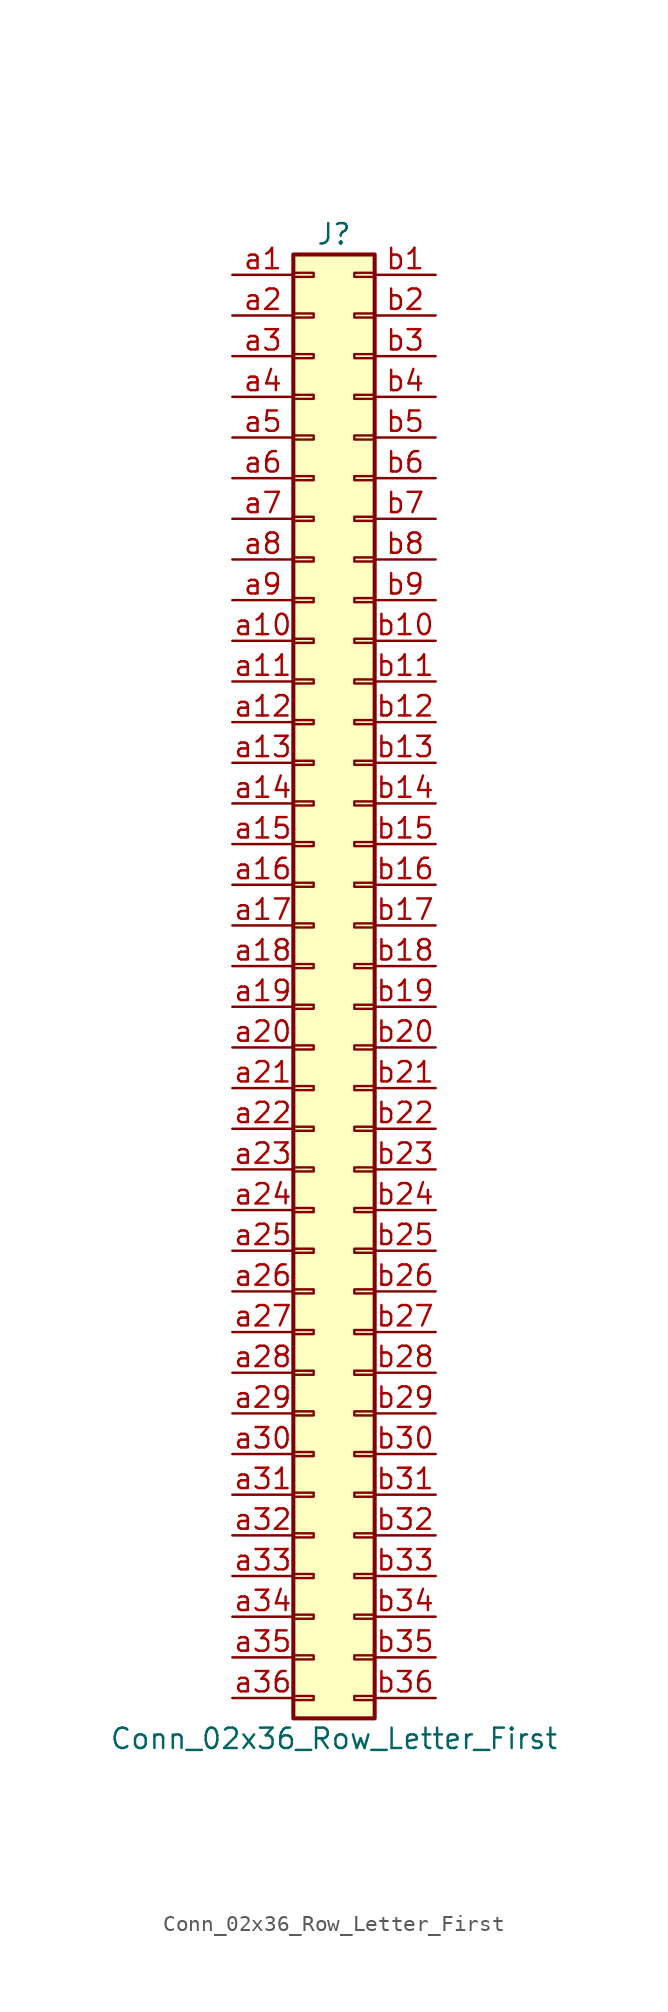
<source format=kicad_sym>
(kicad_symbol_lib
  (version 20201005)
  (generator kicad_symbol_editor)
  (symbol "Connector_Generic:Conn_02x36_Row_Letter_First"
    (pin_names
      (offset 1.016) hide)
    (property "Reference" "J"
      (at 1.27 45.72 0)
      (effects (font (size 1.27 1.27))))
    (property "Value" "Conn_02x36_Row_Letter_First"
      (at 1.27 -48.26 0)
      (effects (font (size 1.27 1.27))))
    (symbol "Conn_02x36_Row_Letter_First_1_1"
      (rectangle (start -1.27 -27.813) (end 0 -28.067) (stroke (width 0.152)) (fill (type none)))
      (rectangle (start -1.27 -30.353) (end 0 -30.607) (stroke (width 0.152)) (fill (type none)))
      (rectangle (start -1.27 -32.893) (end 0 -33.147) (stroke (width 0.152)) (fill (type none)))
      (rectangle (start -1.27 -35.433) (end 0 -35.687) (stroke (width 0.152)) (fill (type none)))
      (rectangle (start -1.27 -37.973) (end 0 -38.227) (stroke (width 0.152)) (fill (type none)))
      (rectangle (start -1.27 -40.513) (end 0 -40.767) (stroke (width 0.152)) (fill (type none)))
      (rectangle (start -1.27 -43.053) (end 0 -43.307) (stroke (width 0.152)) (fill (type none)))
      (rectangle (start -1.27 -45.593) (end 0 -45.847) (stroke (width 0.152)) (fill (type none)))
      (rectangle (start -1.27 -4.953) (end 0 -5.207) (stroke (width 0.152)) (fill (type none)))
      (rectangle (start -1.27 -7.493) (end 0 -7.747) (stroke (width 0.152)) (fill (type none)))
      (rectangle (start -1.27 -10.033) (end 0 -10.287) (stroke (width 0.152)) (fill (type none)))
      (rectangle (start -1.27 -12.573) (end 0 -12.827) (stroke (width 0.152)) (fill (type none)))
      (rectangle (start -1.27 -15.113) (end 0 -15.367) (stroke (width 0.152)) (fill (type none)))
      (rectangle (start -1.27 -17.653) (end 0 -17.907) (stroke (width 0.152)) (fill (type none)))
      (rectangle (start -1.27 -20.193) (end 0 -20.447) (stroke (width 0.152)) (fill (type none)))
      (rectangle (start -1.27 -22.733) (end 0 -22.987) (stroke (width 0.152)) (fill (type none)))
      (rectangle (start -1.27 -2.413) (end 0 -2.667) (stroke (width 0.152)) (fill (type none)))
      (rectangle (start -1.27 -25.273) (end 0 -25.527) (stroke (width 0.152)) (fill (type none)))
      (rectangle (start -1.27 25.527) (end 0 25.273) (stroke (width 0.152)) (fill (type none)))
      (rectangle (start -1.27 2.667) (end 0 2.413) (stroke (width 0.152)) (fill (type none)))
      (rectangle (start -1.27 28.067) (end 0 27.813) (stroke (width 0.152)) (fill (type none)))
      (rectangle (start -1.27 30.607) (end 0 30.353) (stroke (width 0.152)) (fill (type none)))
      (rectangle (start -1.27 33.147) (end 0 32.893) (stroke (width 0.152)) (fill (type none)))
      (rectangle (start -1.27 35.687) (end 0 35.433) (stroke (width 0.152)) (fill (type none)))
      (rectangle (start -1.27 38.227) (end 0 37.973) (stroke (width 0.152)) (fill (type none)))
      (rectangle (start -1.27 40.767) (end 0 40.513) (stroke (width 0.152)) (fill (type none)))
      (rectangle (start -1.27 43.307) (end 0 43.053) (stroke (width 0.152)) (fill (type none)))
      (rectangle (start -1.27 44.45) (end 3.81 -46.99) (stroke (width 0.254)) (fill (type background)))
      (rectangle (start -1.27 5.207) (end 0 4.953) (stroke (width 0.152)) (fill (type none)))
      (rectangle (start -1.27 7.747) (end 0 7.493) (stroke (width 0.152)) (fill (type none)))
      (rectangle (start -1.27 10.287) (end 0 10.033) (stroke (width 0.152)) (fill (type none)))
      (rectangle (start -1.27 0.127) (end 0 -0.127) (stroke (width 0.152)) (fill (type none)))
      (rectangle (start -1.27 12.827) (end 0 12.573) (stroke (width 0.152)) (fill (type none)))
      (rectangle (start -1.27 15.367) (end 0 15.113) (stroke (width 0.152)) (fill (type none)))
      (rectangle (start -1.27 17.907) (end 0 17.653) (stroke (width 0.152)) (fill (type none)))
      (rectangle (start -1.27 20.447) (end 0 20.193) (stroke (width 0.152)) (fill (type none)))
      (rectangle (start -1.27 22.987) (end 0 22.733) (stroke (width 0.152)) (fill (type none)))
      (rectangle (start 3.81 -27.813) (end 2.54 -28.067) (stroke (width 0.152)) (fill (type none)))
      (rectangle (start 3.81 -30.353) (end 2.54 -30.607) (stroke (width 0.152)) (fill (type none)))
      (rectangle (start 3.81 -32.893) (end 2.54 -33.147) (stroke (width 0.152)) (fill (type none)))
      (rectangle (start 3.81 -35.433) (end 2.54 -35.687) (stroke (width 0.152)) (fill (type none)))
      (rectangle (start 3.81 -37.973) (end 2.54 -38.227) (stroke (width 0.152)) (fill (type none)))
      (rectangle (start 3.81 -40.513) (end 2.54 -40.767) (stroke (width 0.152)) (fill (type none)))
      (rectangle (start 3.81 -43.053) (end 2.54 -43.307) (stroke (width 0.152)) (fill (type none)))
      (rectangle (start 3.81 -45.593) (end 2.54 -45.847) (stroke (width 0.152)) (fill (type none)))
      (rectangle (start 3.81 -4.953) (end 2.54 -5.207) (stroke (width 0.152)) (fill (type none)))
      (rectangle (start 3.81 -7.493) (end 2.54 -7.747) (stroke (width 0.152)) (fill (type none)))
      (rectangle (start 3.81 -10.033) (end 2.54 -10.287) (stroke (width 0.152)) (fill (type none)))
      (rectangle (start 3.81 -12.573) (end 2.54 -12.827) (stroke (width 0.152)) (fill (type none)))
      (rectangle (start 3.81 -15.113) (end 2.54 -15.367) (stroke (width 0.152)) (fill (type none)))
      (rectangle (start 3.81 -17.653) (end 2.54 -17.907) (stroke (width 0.152)) (fill (type none)))
      (rectangle (start 3.81 -20.193) (end 2.54 -20.447) (stroke (width 0.152)) (fill (type none)))
      (rectangle (start 3.81 -22.733) (end 2.54 -22.987) (stroke (width 0.152)) (fill (type none)))
      (rectangle (start 3.81 -2.413) (end 2.54 -2.667) (stroke (width 0.152)) (fill (type none)))
      (rectangle (start 3.81 -25.273) (end 2.54 -25.527) (stroke (width 0.152)) (fill (type none)))
      (rectangle (start 3.81 25.527) (end 2.54 25.273) (stroke (width 0.152)) (fill (type none)))
      (rectangle (start 3.81 2.667) (end 2.54 2.413) (stroke (width 0.152)) (fill (type none)))
      (rectangle (start 3.81 28.067) (end 2.54 27.813) (stroke (width 0.152)) (fill (type none)))
      (rectangle (start 3.81 30.607) (end 2.54 30.353) (stroke (width 0.152)) (fill (type none)))
      (rectangle (start 3.81 33.147) (end 2.54 32.893) (stroke (width 0.152)) (fill (type none)))
      (rectangle (start 3.81 35.687) (end 2.54 35.433) (stroke (width 0.152)) (fill (type none)))
      (rectangle (start 3.81 38.227) (end 2.54 37.973) (stroke (width 0.152)) (fill (type none)))
      (rectangle (start 3.81 40.767) (end 2.54 40.513) (stroke (width 0.152)) (fill (type none)))
      (rectangle (start 3.81 43.307) (end 2.54 43.053) (stroke (width 0.152)) (fill (type none)))
      (rectangle (start 3.81 5.207) (end 2.54 4.953) (stroke (width 0.152)) (fill (type none)))
      (rectangle (start 3.81 7.747) (end 2.54 7.493) (stroke (width 0.152)) (fill (type none)))
      (rectangle (start 3.81 10.287) (end 2.54 10.033) (stroke (width 0.152)) (fill (type none)))
      (rectangle (start 3.81 0.127) (end 2.54 -0.127) (stroke (width 0.152)) (fill (type none)))
      (rectangle (start 3.81 12.827) (end 2.54 12.573) (stroke (width 0.152)) (fill (type none)))
      (rectangle (start 3.81 15.367) (end 2.54 15.113) (stroke (width 0.152)) (fill (type none)))
      (rectangle (start 3.81 17.907) (end 2.54 17.653) (stroke (width 0.152)) (fill (type none)))
      (rectangle (start 3.81 20.447) (end 2.54 20.193) (stroke (width 0.152)) (fill (type none)))
      (rectangle (start 3.81 22.987) (end 2.54 22.733) (stroke (width 0.152)) (fill (type none)))
      (pin passive line (at -5.08 43.18 0) (length 3.81) (name "Pin_a1" (effects (font (size 1.27 1.27)))) (number "a1" (effects (font (size 1.27 1.27)))))
      (pin passive line (at -5.08 20.32 0) (length 3.81) (name "Pin_a10" (effects (font (size 1.27 1.27)))) (number "a10" (effects (font (size 1.27 1.27)))))
      (pin passive line (at -5.08 17.78 0) (length 3.81) (name "Pin_a11" (effects (font (size 1.27 1.27)))) (number "a11" (effects (font (size 1.27 1.27)))))
      (pin passive line (at -5.08 15.24 0) (length 3.81) (name "Pin_a12" (effects (font (size 1.27 1.27)))) (number "a12" (effects (font (size 1.27 1.27)))))
      (pin passive line (at -5.08 12.7 0) (length 3.81) (name "Pin_a13" (effects (font (size 1.27 1.27)))) (number "a13" (effects (font (size 1.27 1.27)))))
      (pin passive line (at -5.08 10.16 0) (length 3.81) (name "Pin_a14" (effects (font (size 1.27 1.27)))) (number "a14" (effects (font (size 1.27 1.27)))))
      (pin passive line (at -5.08 7.62 0) (length 3.81) (name "Pin_a15" (effects (font (size 1.27 1.27)))) (number "a15" (effects (font (size 1.27 1.27)))))
      (pin passive line (at -5.08 5.08 0) (length 3.81) (name "Pin_a16" (effects (font (size 1.27 1.27)))) (number "a16" (effects (font (size 1.27 1.27)))))
      (pin passive line (at -5.08 2.54 0) (length 3.81) (name "Pin_a17" (effects (font (size 1.27 1.27)))) (number "a17" (effects (font (size 1.27 1.27)))))
      (pin passive line (at -5.08 0 0) (length 3.81) (name "Pin_a18" (effects (font (size 1.27 1.27)))) (number "a18" (effects (font (size 1.27 1.27)))))
      (pin passive line (at -5.08 -2.54 0) (length 3.81) (name "Pin_a19" (effects (font (size 1.27 1.27)))) (number "a19" (effects (font (size 1.27 1.27)))))
      (pin passive line (at -5.08 40.64 0) (length 3.81) (name "Pin_a2" (effects (font (size 1.27 1.27)))) (number "a2" (effects (font (size 1.27 1.27)))))
      (pin passive line (at -5.08 -5.08 0) (length 3.81) (name "Pin_a20" (effects (font (size 1.27 1.27)))) (number "a20" (effects (font (size 1.27 1.27)))))
      (pin passive line (at -5.08 -7.62 0) (length 3.81) (name "Pin_a21" (effects (font (size 1.27 1.27)))) (number "a21" (effects (font (size 1.27 1.27)))))
      (pin passive line (at -5.08 -10.16 0) (length 3.81) (name "Pin_a22" (effects (font (size 1.27 1.27)))) (number "a22" (effects (font (size 1.27 1.27)))))
      (pin passive line (at -5.08 -12.7 0) (length 3.81) (name "Pin_a23" (effects (font (size 1.27 1.27)))) (number "a23" (effects (font (size 1.27 1.27)))))
      (pin passive line (at -5.08 -15.24 0) (length 3.81) (name "Pin_a24" (effects (font (size 1.27 1.27)))) (number "a24" (effects (font (size 1.27 1.27)))))
      (pin passive line (at -5.08 -17.78 0) (length 3.81) (name "Pin_a25" (effects (font (size 1.27 1.27)))) (number "a25" (effects (font (size 1.27 1.27)))))
      (pin passive line (at -5.08 -20.32 0) (length 3.81) (name "Pin_a26" (effects (font (size 1.27 1.27)))) (number "a26" (effects (font (size 1.27 1.27)))))
      (pin passive line (at -5.08 -22.86 0) (length 3.81) (name "Pin_a27" (effects (font (size 1.27 1.27)))) (number "a27" (effects (font (size 1.27 1.27)))))
      (pin passive line (at -5.08 -25.4 0) (length 3.81) (name "Pin_a28" (effects (font (size 1.27 1.27)))) (number "a28" (effects (font (size 1.27 1.27)))))
      (pin passive line (at -5.08 -27.94 0) (length 3.81) (name "Pin_a29" (effects (font (size 1.27 1.27)))) (number "a29" (effects (font (size 1.27 1.27)))))
      (pin passive line (at -5.08 38.1 0) (length 3.81) (name "Pin_a3" (effects (font (size 1.27 1.27)))) (number "a3" (effects (font (size 1.27 1.27)))))
      (pin passive line (at -5.08 -30.48 0) (length 3.81) (name "Pin_a30" (effects (font (size 1.27 1.27)))) (number "a30" (effects (font (size 1.27 1.27)))))
      (pin passive line (at -5.08 -33.02 0) (length 3.81) (name "Pin_a31" (effects (font (size 1.27 1.27)))) (number "a31" (effects (font (size 1.27 1.27)))))
      (pin passive line (at -5.08 -35.56 0) (length 3.81) (name "Pin_a32" (effects (font (size 1.27 1.27)))) (number "a32" (effects (font (size 1.27 1.27)))))
      (pin passive line (at -5.08 -38.1 0) (length 3.81) (name "Pin_a33" (effects (font (size 1.27 1.27)))) (number "a33" (effects (font (size 1.27 1.27)))))
      (pin passive line (at -5.08 -40.64 0) (length 3.81) (name "Pin_a34" (effects (font (size 1.27 1.27)))) (number "a34" (effects (font (size 1.27 1.27)))))
      (pin passive line (at -5.08 -43.18 0) (length 3.81) (name "Pin_a35" (effects (font (size 1.27 1.27)))) (number "a35" (effects (font (size 1.27 1.27)))))
      (pin passive line (at -5.08 -45.72 0) (length 3.81) (name "Pin_a36" (effects (font (size 1.27 1.27)))) (number "a36" (effects (font (size 1.27 1.27)))))
      (pin passive line (at -5.08 35.56 0) (length 3.81) (name "Pin_a4" (effects (font (size 1.27 1.27)))) (number "a4" (effects (font (size 1.27 1.27)))))
      (pin passive line (at -5.08 33.02 0) (length 3.81) (name "Pin_a5" (effects (font (size 1.27 1.27)))) (number "a5" (effects (font (size 1.27 1.27)))))
      (pin passive line (at -5.08 30.48 0) (length 3.81) (name "Pin_a6" (effects (font (size 1.27 1.27)))) (number "a6" (effects (font (size 1.27 1.27)))))
      (pin passive line (at -5.08 27.94 0) (length 3.81) (name "Pin_a7" (effects (font (size 1.27 1.27)))) (number "a7" (effects (font (size 1.27 1.27)))))
      (pin passive line (at -5.08 25.4 0) (length 3.81) (name "Pin_a8" (effects (font (size 1.27 1.27)))) (number "a8" (effects (font (size 1.27 1.27)))))
      (pin passive line (at -5.08 22.86 0) (length 3.81) (name "Pin_a9" (effects (font (size 1.27 1.27)))) (number "a9" (effects (font (size 1.27 1.27)))))
      (pin passive line (at 7.62 43.18 180) (length 3.81) (name "Pin_b1" (effects (font (size 1.27 1.27)))) (number "b1" (effects (font (size 1.27 1.27)))))
      (pin passive line (at 7.62 20.32 180) (length 3.81) (name "Pin_b10" (effects (font (size 1.27 1.27)))) (number "b10" (effects (font (size 1.27 1.27)))))
      (pin passive line (at 7.62 17.78 180) (length 3.81) (name "Pin_b11" (effects (font (size 1.27 1.27)))) (number "b11" (effects (font (size 1.27 1.27)))))
      (pin passive line (at 7.62 15.24 180) (length 3.81) (name "Pin_b12" (effects (font (size 1.27 1.27)))) (number "b12" (effects (font (size 1.27 1.27)))))
      (pin passive line (at 7.62 12.7 180) (length 3.81) (name "Pin_b13" (effects (font (size 1.27 1.27)))) (number "b13" (effects (font (size 1.27 1.27)))))
      (pin passive line (at 7.62 10.16 180) (length 3.81) (name "Pin_b14" (effects (font (size 1.27 1.27)))) (number "b14" (effects (font (size 1.27 1.27)))))
      (pin passive line (at 7.62 7.62 180) (length 3.81) (name "Pin_b15" (effects (font (size 1.27 1.27)))) (number "b15" (effects (font (size 1.27 1.27)))))
      (pin passive line (at 7.62 5.08 180) (length 3.81) (name "Pin_b16" (effects (font (size 1.27 1.27)))) (number "b16" (effects (font (size 1.27 1.27)))))
      (pin passive line (at 7.62 2.54 180) (length 3.81) (name "Pin_b17" (effects (font (size 1.27 1.27)))) (number "b17" (effects (font (size 1.27 1.27)))))
      (pin passive line (at 7.62 0 180) (length 3.81) (name "Pin_b18" (effects (font (size 1.27 1.27)))) (number "b18" (effects (font (size 1.27 1.27)))))
      (pin passive line (at 7.62 -2.54 180) (length 3.81) (name "Pin_b19" (effects (font (size 1.27 1.27)))) (number "b19" (effects (font (size 1.27 1.27)))))
      (pin passive line (at 7.62 40.64 180) (length 3.81) (name "Pin_b2" (effects (font (size 1.27 1.27)))) (number "b2" (effects (font (size 1.27 1.27)))))
      (pin passive line (at 7.62 -5.08 180) (length 3.81) (name "Pin_b20" (effects (font (size 1.27 1.27)))) (number "b20" (effects (font (size 1.27 1.27)))))
      (pin passive line (at 7.62 -7.62 180) (length 3.81) (name "Pin_b21" (effects (font (size 1.27 1.27)))) (number "b21" (effects (font (size 1.27 1.27)))))
      (pin passive line (at 7.62 -10.16 180) (length 3.81) (name "Pin_b22" (effects (font (size 1.27 1.27)))) (number "b22" (effects (font (size 1.27 1.27)))))
      (pin passive line (at 7.62 -12.7 180) (length 3.81) (name "Pin_b23" (effects (font (size 1.27 1.27)))) (number "b23" (effects (font (size 1.27 1.27)))))
      (pin passive line (at 7.62 -15.24 180) (length 3.81) (name "Pin_b24" (effects (font (size 1.27 1.27)))) (number "b24" (effects (font (size 1.27 1.27)))))
      (pin passive line (at 7.62 -17.78 180) (length 3.81) (name "Pin_b25" (effects (font (size 1.27 1.27)))) (number "b25" (effects (font (size 1.27 1.27)))))
      (pin passive line (at 7.62 -20.32 180) (length 3.81) (name "Pin_b26" (effects (font (size 1.27 1.27)))) (number "b26" (effects (font (size 1.27 1.27)))))
      (pin passive line (at 7.62 -22.86 180) (length 3.81) (name "Pin_b27" (effects (font (size 1.27 1.27)))) (number "b27" (effects (font (size 1.27 1.27)))))
      (pin passive line (at 7.62 -25.4 180) (length 3.81) (name "Pin_b28" (effects (font (size 1.27 1.27)))) (number "b28" (effects (font (size 1.27 1.27)))))
      (pin passive line (at 7.62 -27.94 180) (length 3.81) (name "Pin_b29" (effects (font (size 1.27 1.27)))) (number "b29" (effects (font (size 1.27 1.27)))))
      (pin passive line (at 7.62 38.1 180) (length 3.81) (name "Pin_b3" (effects (font (size 1.27 1.27)))) (number "b3" (effects (font (size 1.27 1.27)))))
      (pin passive line (at 7.62 -30.48 180) (length 3.81) (name "Pin_b30" (effects (font (size 1.27 1.27)))) (number "b30" (effects (font (size 1.27 1.27)))))
      (pin passive line (at 7.62 -33.02 180) (length 3.81) (name "Pin_b31" (effects (font (size 1.27 1.27)))) (number "b31" (effects (font (size 1.27 1.27)))))
      (pin passive line (at 7.62 -35.56 180) (length 3.81) (name "Pin_b32" (effects (font (size 1.27 1.27)))) (number "b32" (effects (font (size 1.27 1.27)))))
      (pin passive line (at 7.62 -38.1 180) (length 3.81) (name "Pin_b33" (effects (font (size 1.27 1.27)))) (number "b33" (effects (font (size 1.27 1.27)))))
      (pin passive line (at 7.62 -40.64 180) (length 3.81) (name "Pin_b34" (effects (font (size 1.27 1.27)))) (number "b34" (effects (font (size 1.27 1.27)))))
      (pin passive line (at 7.62 -43.18 180) (length 3.81) (name "Pin_b35" (effects (font (size 1.27 1.27)))) (number "b35" (effects (font (size 1.27 1.27)))))
      (pin passive line (at 7.62 -45.72 180) (length 3.81) (name "Pin_b36" (effects (font (size 1.27 1.27)))) (number "b36" (effects (font (size 1.27 1.27)))))
      (pin passive line (at 7.62 35.56 180) (length 3.81) (name "Pin_b4" (effects (font (size 1.27 1.27)))) (number "b4" (effects (font (size 1.27 1.27)))))
      (pin passive line (at 7.62 33.02 180) (length 3.81) (name "Pin_b5" (effects (font (size 1.27 1.27)))) (number "b5" (effects (font (size 1.27 1.27)))))
      (pin passive line (at 7.62 30.48 180) (length 3.81) (name "Pin_b6" (effects (font (size 1.27 1.27)))) (number "b6" (effects (font (size 1.27 1.27)))))
      (pin passive line (at 7.62 27.94 180) (length 3.81) (name "Pin_b7" (effects (font (size 1.27 1.27)))) (number "b7" (effects (font (size 1.27 1.27)))))
      (pin passive line (at 7.62 25.4 180) (length 3.81) (name "Pin_b8" (effects (font (size 1.27 1.27)))) (number "b8" (effects (font (size 1.27 1.27)))))
      (pin passive line (at 7.62 22.86 180) (length 3.81) (name "Pin_b9" (effects (font (size 1.27 1.27)))) (number "b9" (effects (font (size 1.27 1.27))))))))
</source>
